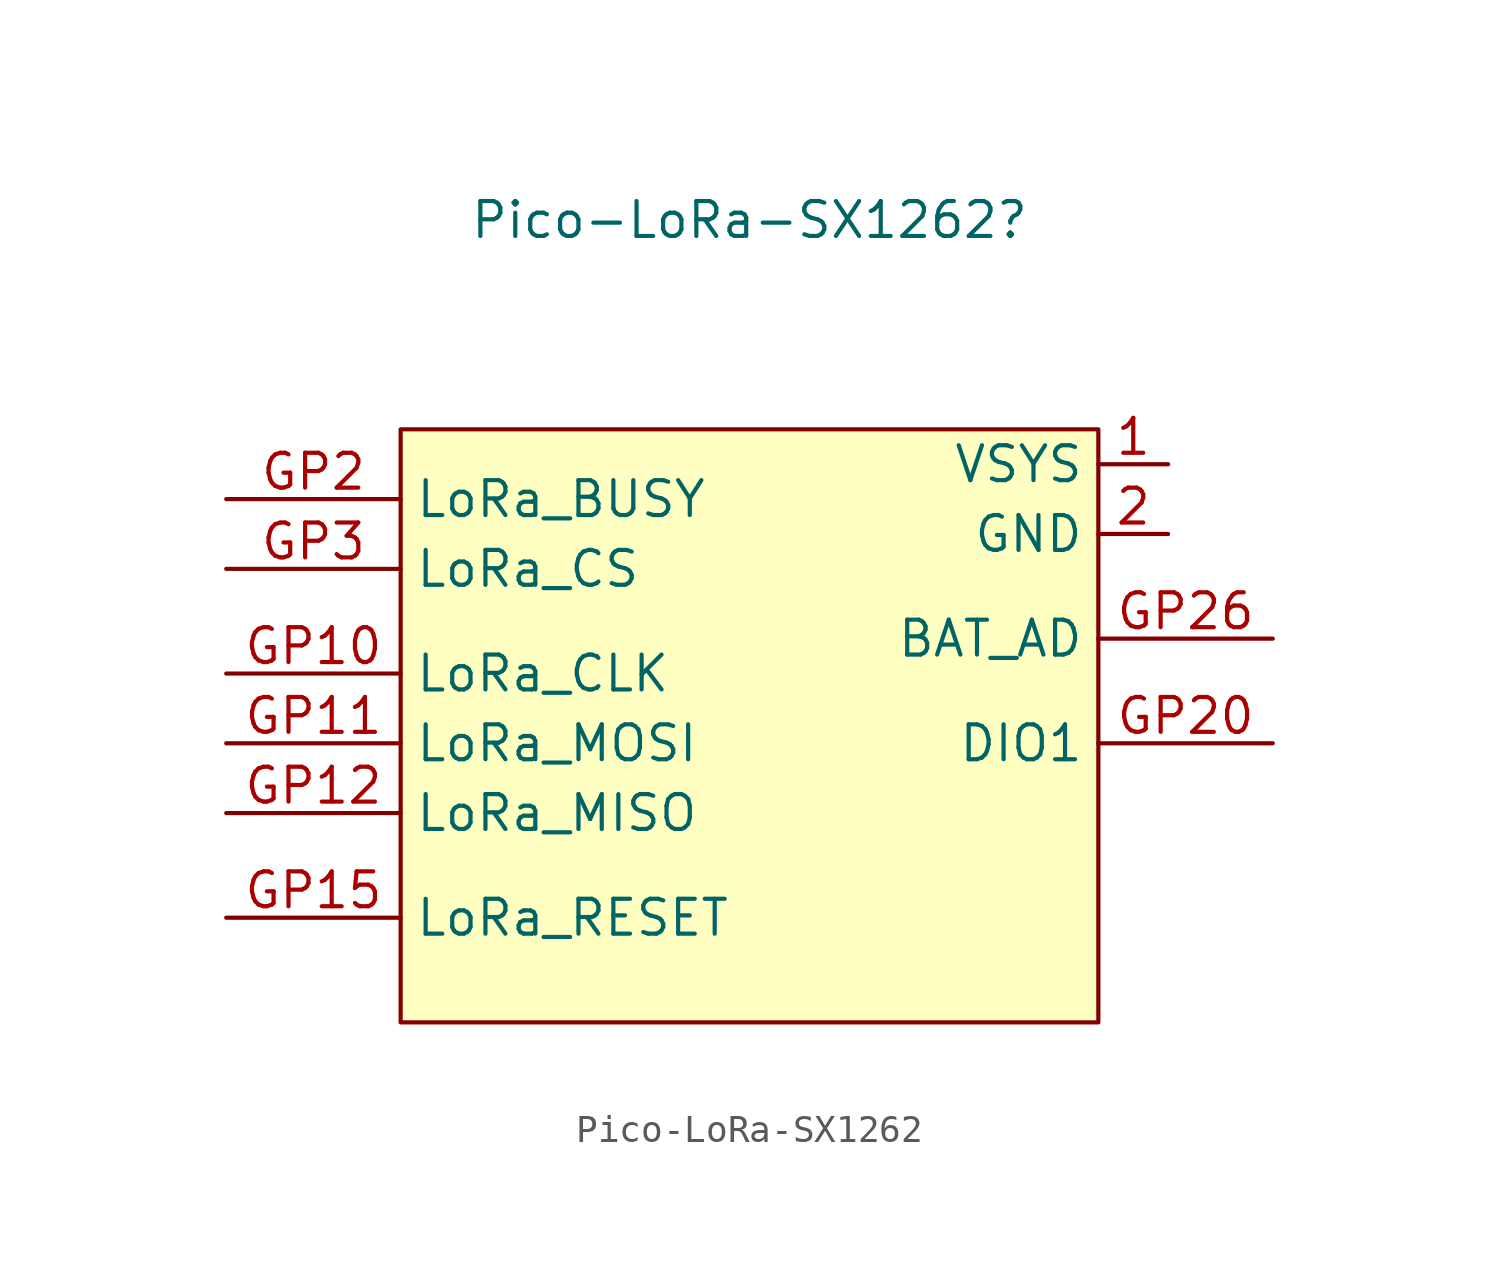
<source format=kicad_sym>
(kicad_symbol_lib
  (version 20220914)
  (generator kicad_symbol_editor)
  (symbol "Pico-LoRa-SX1262"
    (property "Reference" "Pico-LoRa-SX1262"
      (at 0 11.43 0)
      (effects (font (size 1.27 1.27))))
    (property "Value" ""
      (at 0 0 0)
      (effects (font (size 1.27 1.27))))
    (symbol "Pico-LoRa-SX1262_1_1"
      (rectangle (start -12.7 3.81) (end 12.7 -17.78) (stroke (width 0) (type default)) (fill (type background)))
      (pin power_in line (at 15.24 2.54 180) (length 2.54) (name "VSYS" (effects (font (size 1.27 1.27)))) (number "1" (effects (font (size 1.27 1.27)))))
      (pin power_in line (at 15.24 0 180) (length 2.54) (name "GND" (effects (font (size 1.27 1.27)))) (number "2" (effects (font (size 1.27 1.27)))))
      (pin input line (at -19.05 -5.08 0) (length 6.35) (name "LoRa_CLK" (effects (font (size 1.27 1.27)))) (number "GP10" (effects (font (size 1.27 1.27)))))
      (pin input line (at -19.05 -7.62 0) (length 6.35) (name "LoRa_MOSI" (effects (font (size 1.27 1.27)))) (number "GP11" (effects (font (size 1.27 1.27)))))
      (pin input line (at -19.05 -10.16 0) (length 6.35) (name "LoRa_MISO" (effects (font (size 1.27 1.27)))) (number "GP12" (effects (font (size 1.27 1.27)))))
      (pin input line (at -19.05 -13.97 0) (length 6.35) (name "LoRa_RESET" (effects (font (size 1.27 1.27)))) (number "GP15" (effects (font (size 1.27 1.27)))))
      (pin input line (at -19.05 1.27 0) (length 6.35) (name "LoRa_BUSY" (effects (font (size 1.27 1.27)))) (number "GP2" (effects (font (size 1.27 1.27)))))
      (pin input line (at 19.05 -7.62 180) (length 6.35) (name "DIO1" (effects (font (size 1.27 1.27)))) (number "GP20" (effects (font (size 1.27 1.27)))))
      (pin input line (at 19.05 -3.81 180) (length 6.35) (name "BAT_AD" (effects (font (size 1.27 1.27)))) (number "GP26" (effects (font (size 1.27 1.27)))))
      (pin input line (at -19.05 -1.27 0) (length 6.35) (name "LoRa_CS" (effects (font (size 1.27 1.27)))) (number "GP3" (effects (font (size 1.27 1.27))))))))
</source>
